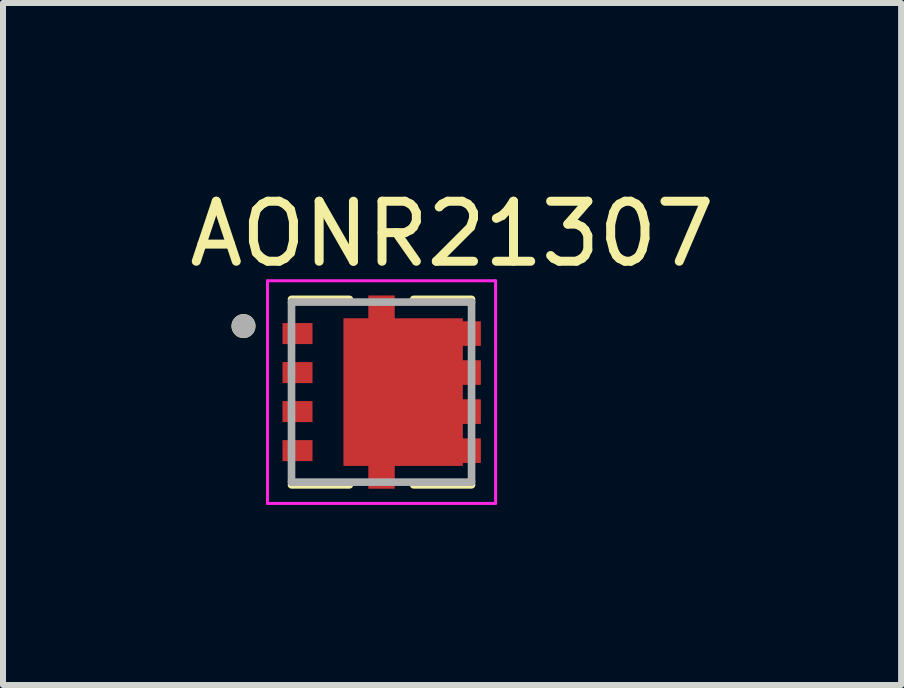
<source format=kicad_pcb>
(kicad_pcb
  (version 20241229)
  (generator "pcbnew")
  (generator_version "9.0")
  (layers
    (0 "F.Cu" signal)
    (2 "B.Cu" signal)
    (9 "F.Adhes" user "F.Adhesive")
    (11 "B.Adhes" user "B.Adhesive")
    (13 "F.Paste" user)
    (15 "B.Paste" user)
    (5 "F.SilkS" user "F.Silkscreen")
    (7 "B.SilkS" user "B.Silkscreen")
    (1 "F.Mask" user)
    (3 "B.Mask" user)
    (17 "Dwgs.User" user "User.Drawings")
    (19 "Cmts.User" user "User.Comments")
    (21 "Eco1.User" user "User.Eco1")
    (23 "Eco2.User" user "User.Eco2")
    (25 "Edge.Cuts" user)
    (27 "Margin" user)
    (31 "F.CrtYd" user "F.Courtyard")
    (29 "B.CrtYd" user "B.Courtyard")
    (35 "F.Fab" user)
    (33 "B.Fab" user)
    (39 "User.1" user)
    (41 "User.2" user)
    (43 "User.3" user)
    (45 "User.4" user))
  (footprint "AONR21307"
    (layer "F.Cu")
    (at 3.307 3.483)
    (property "Reference" "AONR21307" (at 1.175 -2.635 0) (layer "F.SilkS") (effects (font (size 1 1) (thickness 0.15))))
    (attr smd)
    (fp_poly (pts (xy -0.73 1.325) (xy -0.73 -1.325) (xy -0.315 -1.325) (xy -0.315 -1.705) (xy 0.315 -1.705) (xy 0.315 -1.325) (xy 1.45 -1.325) (xy 1.45 -1.275) (xy 1.75 -1.275) (xy 1.75 1.275) (xy 1.45 1.275) (xy 1.45 1.325) (xy 0.315 1.325) (xy 0.315 1.705) (xy -0.315 1.705) (xy -0.315 1.325)) (stroke (width 0.01) (type solid)) (fill yes) (layer "F.Mask"))
    (fp_line (start -0.535 -1.545) (end -1.5 -1.545) (stroke (width 0.127) (type solid)) (layer "F.SilkS"))
    (fp_line (start -0.535 1.545) (end -1.5 1.545) (stroke (width 0.127) (type solid)) (layer "F.SilkS"))
    (fp_line (start 0.535 -1.545) (end 1.5 -1.545) (stroke (width 0.127) (type solid)) (layer "F.SilkS"))
    (fp_line (start 0.535 1.545) (end 1.5 1.545) (stroke (width 0.127) (type solid)) (layer "F.SilkS"))
    (fp_circle (center -2.3 -1.1) (end -2.2 -1.1) (stroke (width 0.2) (type solid)) (fill no) (layer "F.SilkS"))
    (fp_poly (pts (xy -0.265 -0.775) (xy 0.985 -0.775) (xy 0.985 0.775) (xy -0.265 0.775)) (stroke (width 0.01) (type solid)) (fill yes) (layer "F.Paste"))
    (fp_poly (pts (xy -0.215 -1.605) (xy 0.215 -1.605) (xy 0.215 -1.225) (xy -0.215 -1.225)) (stroke (width 0.01) (type solid)) (fill yes) (layer "F.Paste"))
    (fp_poly (pts (xy -0.215 1.225) (xy 0.215 1.225) (xy 0.215 1.605) (xy -0.215 1.605)) (stroke (width 0.01) (type solid)) (fill yes) (layer "F.Paste"))
    (fp_poly (pts (xy 1.355 -1.175) (xy 1.65 -1.175) (xy 1.65 -0.775) (xy 1.355 -0.775)) (stroke (width 0.01) (type solid)) (fill yes) (layer "F.Paste"))
    (fp_poly (pts (xy 1.355 -0.525) (xy 1.65 -0.525) (xy 1.65 -0.125) (xy 1.355 -0.125)) (stroke (width 0.01) (type solid)) (fill yes) (layer "F.Paste"))
    (fp_poly (pts (xy 1.355 0.125) (xy 1.65 0.125) (xy 1.65 0.525) (xy 1.355 0.525)) (stroke (width 0.01) (type solid)) (fill yes) (layer "F.Paste"))
    (fp_poly (pts (xy 1.355 0.775) (xy 1.65 0.775) (xy 1.65 1.175) (xy 1.355 1.175)) (stroke (width 0.01) (type solid)) (fill yes) (layer "F.Paste"))
    (fp_line (start -1.9 -1.855) (end 1.9 -1.855) (stroke (width 0.05) (type solid)) (layer "F.CrtYd"))
    (fp_line (start -1.9 1.855) (end -1.9 -1.855) (stroke (width 0.05) (type solid)) (layer "F.CrtYd"))
    (fp_line (start 1.9 -1.855) (end 1.9 1.855) (stroke (width 0.05) (type solid)) (layer "F.CrtYd"))
    (fp_line (start 1.9 1.855) (end -1.9 1.855) (stroke (width 0.05) (type solid)) (layer "F.CrtYd"))
    (fp_line (start -1.5 -1.5) (end -1.5 1.5) (stroke (width 0.127) (type solid)) (layer "F.Fab"))
    (fp_line (start -1.5 1.5) (end 1.5 1.5) (stroke (width 0.127) (type solid)) (layer "F.Fab"))
    (fp_line (start 1.5 -1.5) (end -1.5 -1.5) (stroke (width 0.127) (type solid)) (layer "F.Fab"))
    (fp_line (start 1.5 1.5) (end 1.5 -1.5) (stroke (width 0.127) (type solid)) (layer "F.Fab"))
    (fp_circle (center -2.3 -1.1) (end -2.2 -1.1) (stroke (width 0.2) (type solid)) (fill no) (layer "F.Fab"))
    (pad "1" smd rect (at -1.4 -0.975) (size 0.5 0.35) (layers "F.Cu" "F.Mask" "F.Paste"))
    (pad "2" smd rect (at -1.4 -0.325) (size 0.5 0.35) (layers "F.Cu" "F.Mask" "F.Paste"))
    (pad "3" smd rect (at -1.4 0.325) (size 0.5 0.35) (layers "F.Cu" "F.Mask" "F.Paste"))
    (pad "4" smd rect (at -1.4 0.975) (size 0.5 0.35) (layers "F.Cu" "F.Mask" "F.Paste"))
    (pad "5_6_7_8" smd custom (at 0 0) (size 1 2) (layers "F.Cu") (options (anchor rect)) (primitives (gr_poly (pts (xy -0.63 1.225) (xy -0.63 -1.225) (xy -0.215 -1.225) (xy -0.215 -1.605) (xy 0.215 -1.605) (xy 0.215 -1.225) (xy 1.35 -1.225) (xy 1.35 -1.175) (xy 1.65 -1.175) (xy 1.65 -0.775) (xy 1.35 -0.775) (xy 1.35 -0.525) (xy 1.65 -0.525) (xy 1.65 -0.125) (xy 1.35 -0.125) (xy 1.35 0.125) (xy 1.65 0.125) (xy 1.65 0.525) (xy 1.35 0.525) (xy 1.35 0.775) (xy 1.65 0.775) (xy 1.65 1.175) (xy 1.35 1.175) (xy 1.35 1.225) (xy 0.215 1.225) (xy 0.215 1.605) (xy -0.215 1.605) (xy -0.215 1.225)) (width 0.01) (fill yes)))))
  (gr_rect
    (start -3 -3)
    (end 11.964 8.363)
    (stroke (width 0.1) (type default))
    (fill no)
    (layer "Edge.Cuts")))
</source>
